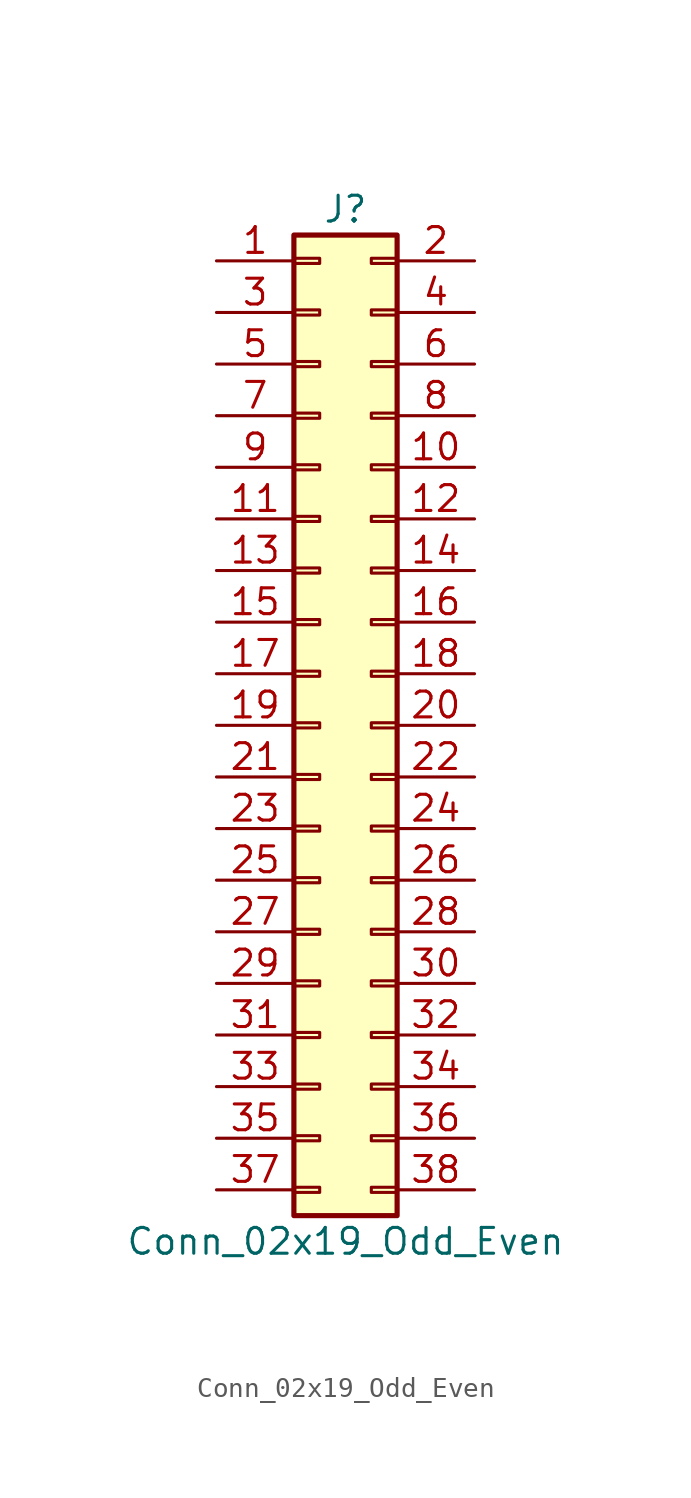
<source format=kicad_sym>
(kicad_symbol_lib
  (version 20211014)
  (generator kicad_symbol_editor)
  (symbol "Conn_02x19_Odd_Even"
    (pin_names
      (offset 1.016) hide)
    (property "Reference" "J"
      (at 1.27 25.4 0)
      (effects (font (size 1.27 1.27))))
    (property "Value" "Conn_02x19_Odd_Even"
      (at 1.27 -25.4 0)
      (effects (font (size 1.27 1.27))))
    (symbol "Conn_02x19_Odd_Even_1_1"
      (rectangle (start -1.27 -22.733) (end 0 -22.987) (stroke (width 0.152) (type default) (color 0 0 0 0)) (fill (type none)))
      (rectangle (start -1.27 -20.193) (end 0 -20.447) (stroke (width 0.152) (type default) (color 0 0 0 0)) (fill (type none)))
      (rectangle (start -1.27 -17.653) (end 0 -17.907) (stroke (width 0.152) (type default) (color 0 0 0 0)) (fill (type none)))
      (rectangle (start -1.27 -15.113) (end 0 -15.367) (stroke (width 0.152) (type default) (color 0 0 0 0)) (fill (type none)))
      (rectangle (start -1.27 -12.573) (end 0 -12.827) (stroke (width 0.152) (type default) (color 0 0 0 0)) (fill (type none)))
      (rectangle (start -1.27 -10.033) (end 0 -10.287) (stroke (width 0.152) (type default) (color 0 0 0 0)) (fill (type none)))
      (rectangle (start -1.27 -7.493) (end 0 -7.747) (stroke (width 0.152) (type default) (color 0 0 0 0)) (fill (type none)))
      (rectangle (start -1.27 -4.953) (end 0 -5.207) (stroke (width 0.152) (type default) (color 0 0 0 0)) (fill (type none)))
      (rectangle (start -1.27 -2.413) (end 0 -2.667) (stroke (width 0.152) (type default) (color 0 0 0 0)) (fill (type none)))
      (rectangle (start -1.27 0.127) (end 0 -0.127) (stroke (width 0.152) (type default) (color 0 0 0 0)) (fill (type none)))
      (rectangle (start -1.27 2.667) (end 0 2.413) (stroke (width 0.152) (type default) (color 0 0 0 0)) (fill (type none)))
      (rectangle (start -1.27 5.207) (end 0 4.953) (stroke (width 0.152) (type default) (color 0 0 0 0)) (fill (type none)))
      (rectangle (start -1.27 7.747) (end 0 7.493) (stroke (width 0.152) (type default) (color 0 0 0 0)) (fill (type none)))
      (rectangle (start -1.27 10.287) (end 0 10.033) (stroke (width 0.152) (type default) (color 0 0 0 0)) (fill (type none)))
      (rectangle (start -1.27 12.827) (end 0 12.573) (stroke (width 0.152) (type default) (color 0 0 0 0)) (fill (type none)))
      (rectangle (start -1.27 15.367) (end 0 15.113) (stroke (width 0.152) (type default) (color 0 0 0 0)) (fill (type none)))
      (rectangle (start -1.27 17.907) (end 0 17.653) (stroke (width 0.152) (type default) (color 0 0 0 0)) (fill (type none)))
      (rectangle (start -1.27 20.447) (end 0 20.193) (stroke (width 0.152) (type default) (color 0 0 0 0)) (fill (type none)))
      (rectangle (start -1.27 22.987) (end 0 22.733) (stroke (width 0.152) (type default) (color 0 0 0 0)) (fill (type none)))
      (rectangle (start -1.27 24.13) (end 3.81 -24.13) (stroke (width 0.254) (type default) (color 0 0 0 0)) (fill (type background)))
      (rectangle (start 3.81 -22.733) (end 2.54 -22.987) (stroke (width 0.152) (type default) (color 0 0 0 0)) (fill (type none)))
      (rectangle (start 3.81 -20.193) (end 2.54 -20.447) (stroke (width 0.152) (type default) (color 0 0 0 0)) (fill (type none)))
      (rectangle (start 3.81 -17.653) (end 2.54 -17.907) (stroke (width 0.152) (type default) (color 0 0 0 0)) (fill (type none)))
      (rectangle (start 3.81 -15.113) (end 2.54 -15.367) (stroke (width 0.152) (type default) (color 0 0 0 0)) (fill (type none)))
      (rectangle (start 3.81 -12.573) (end 2.54 -12.827) (stroke (width 0.152) (type default) (color 0 0 0 0)) (fill (type none)))
      (rectangle (start 3.81 -10.033) (end 2.54 -10.287) (stroke (width 0.152) (type default) (color 0 0 0 0)) (fill (type none)))
      (rectangle (start 3.81 -7.493) (end 2.54 -7.747) (stroke (width 0.152) (type default) (color 0 0 0 0)) (fill (type none)))
      (rectangle (start 3.81 -4.953) (end 2.54 -5.207) (stroke (width 0.152) (type default) (color 0 0 0 0)) (fill (type none)))
      (rectangle (start 3.81 -2.413) (end 2.54 -2.667) (stroke (width 0.152) (type default) (color 0 0 0 0)) (fill (type none)))
      (rectangle (start 3.81 0.127) (end 2.54 -0.127) (stroke (width 0.152) (type default) (color 0 0 0 0)) (fill (type none)))
      (rectangle (start 3.81 2.667) (end 2.54 2.413) (stroke (width 0.152) (type default) (color 0 0 0 0)) (fill (type none)))
      (rectangle (start 3.81 5.207) (end 2.54 4.953) (stroke (width 0.152) (type default) (color 0 0 0 0)) (fill (type none)))
      (rectangle (start 3.81 7.747) (end 2.54 7.493) (stroke (width 0.152) (type default) (color 0 0 0 0)) (fill (type none)))
      (rectangle (start 3.81 10.287) (end 2.54 10.033) (stroke (width 0.152) (type default) (color 0 0 0 0)) (fill (type none)))
      (rectangle (start 3.81 12.827) (end 2.54 12.573) (stroke (width 0.152) (type default) (color 0 0 0 0)) (fill (type none)))
      (rectangle (start 3.81 15.367) (end 2.54 15.113) (stroke (width 0.152) (type default) (color 0 0 0 0)) (fill (type none)))
      (rectangle (start 3.81 17.907) (end 2.54 17.653) (stroke (width 0.152) (type default) (color 0 0 0 0)) (fill (type none)))
      (rectangle (start 3.81 20.447) (end 2.54 20.193) (stroke (width 0.152) (type default) (color 0 0 0 0)) (fill (type none)))
      (rectangle (start 3.81 22.987) (end 2.54 22.733) (stroke (width 0.152) (type default) (color 0 0 0 0)) (fill (type none)))
      (pin passive line (at -5.08 22.86 0) (length 3.81) (name "Pin_1" (effects (font (size 1.27 1.27)))) (number "1" (effects (font (size 1.27 1.27)))))
      (pin passive line (at 7.62 12.7 180) (length 3.81) (name "Pin_10" (effects (font (size 1.27 1.27)))) (number "10" (effects (font (size 1.27 1.27)))))
      (pin passive line (at -5.08 10.16 0) (length 3.81) (name "Pin_11" (effects (font (size 1.27 1.27)))) (number "11" (effects (font (size 1.27 1.27)))))
      (pin passive line (at 7.62 10.16 180) (length 3.81) (name "Pin_12" (effects (font (size 1.27 1.27)))) (number "12" (effects (font (size 1.27 1.27)))))
      (pin passive line (at -5.08 7.62 0) (length 3.81) (name "Pin_13" (effects (font (size 1.27 1.27)))) (number "13" (effects (font (size 1.27 1.27)))))
      (pin passive line (at 7.62 7.62 180) (length 3.81) (name "Pin_14" (effects (font (size 1.27 1.27)))) (number "14" (effects (font (size 1.27 1.27)))))
      (pin passive line (at -5.08 5.08 0) (length 3.81) (name "Pin_15" (effects (font (size 1.27 1.27)))) (number "15" (effects (font (size 1.27 1.27)))))
      (pin passive line (at 7.62 5.08 180) (length 3.81) (name "Pin_16" (effects (font (size 1.27 1.27)))) (number "16" (effects (font (size 1.27 1.27)))))
      (pin passive line (at -5.08 2.54 0) (length 3.81) (name "Pin_17" (effects (font (size 1.27 1.27)))) (number "17" (effects (font (size 1.27 1.27)))))
      (pin passive line (at 7.62 2.54 180) (length 3.81) (name "Pin_18" (effects (font (size 1.27 1.27)))) (number "18" (effects (font (size 1.27 1.27)))))
      (pin passive line (at -5.08 0 0) (length 3.81) (name "Pin_19" (effects (font (size 1.27 1.27)))) (number "19" (effects (font (size 1.27 1.27)))))
      (pin passive line (at 7.62 22.86 180) (length 3.81) (name "Pin_2" (effects (font (size 1.27 1.27)))) (number "2" (effects (font (size 1.27 1.27)))))
      (pin passive line (at 7.62 0 180) (length 3.81) (name "Pin_20" (effects (font (size 1.27 1.27)))) (number "20" (effects (font (size 1.27 1.27)))))
      (pin passive line (at -5.08 -2.54 0) (length 3.81) (name "Pin_21" (effects (font (size 1.27 1.27)))) (number "21" (effects (font (size 1.27 1.27)))))
      (pin passive line (at 7.62 -2.54 180) (length 3.81) (name "Pin_22" (effects (font (size 1.27 1.27)))) (number "22" (effects (font (size 1.27 1.27)))))
      (pin passive line (at -5.08 -5.08 0) (length 3.81) (name "Pin_23" (effects (font (size 1.27 1.27)))) (number "23" (effects (font (size 1.27 1.27)))))
      (pin passive line (at 7.62 -5.08 180) (length 3.81) (name "Pin_24" (effects (font (size 1.27 1.27)))) (number "24" (effects (font (size 1.27 1.27)))))
      (pin passive line (at -5.08 -7.62 0) (length 3.81) (name "Pin_25" (effects (font (size 1.27 1.27)))) (number "25" (effects (font (size 1.27 1.27)))))
      (pin passive line (at 7.62 -7.62 180) (length 3.81) (name "Pin_26" (effects (font (size 1.27 1.27)))) (number "26" (effects (font (size 1.27 1.27)))))
      (pin passive line (at -5.08 -10.16 0) (length 3.81) (name "Pin_27" (effects (font (size 1.27 1.27)))) (number "27" (effects (font (size 1.27 1.27)))))
      (pin passive line (at 7.62 -10.16 180) (length 3.81) (name "Pin_28" (effects (font (size 1.27 1.27)))) (number "28" (effects (font (size 1.27 1.27)))))
      (pin passive line (at -5.08 -12.7 0) (length 3.81) (name "Pin_29" (effects (font (size 1.27 1.27)))) (number "29" (effects (font (size 1.27 1.27)))))
      (pin passive line (at -5.08 20.32 0) (length 3.81) (name "Pin_3" (effects (font (size 1.27 1.27)))) (number "3" (effects (font (size 1.27 1.27)))))
      (pin passive line (at 7.62 -12.7 180) (length 3.81) (name "Pin_30" (effects (font (size 1.27 1.27)))) (number "30" (effects (font (size 1.27 1.27)))))
      (pin passive line (at -5.08 -15.24 0) (length 3.81) (name "Pin_31" (effects (font (size 1.27 1.27)))) (number "31" (effects (font (size 1.27 1.27)))))
      (pin passive line (at 7.62 -15.24 180) (length 3.81) (name "Pin_32" (effects (font (size 1.27 1.27)))) (number "32" (effects (font (size 1.27 1.27)))))
      (pin passive line (at -5.08 -17.78 0) (length 3.81) (name "Pin_33" (effects (font (size 1.27 1.27)))) (number "33" (effects (font (size 1.27 1.27)))))
      (pin passive line (at 7.62 -17.78 180) (length 3.81) (name "Pin_34" (effects (font (size 1.27 1.27)))) (number "34" (effects (font (size 1.27 1.27)))))
      (pin passive line (at -5.08 -20.32 0) (length 3.81) (name "Pin_35" (effects (font (size 1.27 1.27)))) (number "35" (effects (font (size 1.27 1.27)))))
      (pin passive line (at 7.62 -20.32 180) (length 3.81) (name "Pin_36" (effects (font (size 1.27 1.27)))) (number "36" (effects (font (size 1.27 1.27)))))
      (pin passive line (at -5.08 -22.86 0) (length 3.81) (name "Pin_37" (effects (font (size 1.27 1.27)))) (number "37" (effects (font (size 1.27 1.27)))))
      (pin passive line (at 7.62 -22.86 180) (length 3.81) (name "Pin_38" (effects (font (size 1.27 1.27)))) (number "38" (effects (font (size 1.27 1.27)))))
      (pin passive line (at 7.62 20.32 180) (length 3.81) (name "Pin_4" (effects (font (size 1.27 1.27)))) (number "4" (effects (font (size 1.27 1.27)))))
      (pin passive line (at -5.08 17.78 0) (length 3.81) (name "Pin_5" (effects (font (size 1.27 1.27)))) (number "5" (effects (font (size 1.27 1.27)))))
      (pin passive line (at 7.62 17.78 180) (length 3.81) (name "Pin_6" (effects (font (size 1.27 1.27)))) (number "6" (effects (font (size 1.27 1.27)))))
      (pin passive line (at -5.08 15.24 0) (length 3.81) (name "Pin_7" (effects (font (size 1.27 1.27)))) (number "7" (effects (font (size 1.27 1.27)))))
      (pin passive line (at 7.62 15.24 180) (length 3.81) (name "Pin_8" (effects (font (size 1.27 1.27)))) (number "8" (effects (font (size 1.27 1.27)))))
      (pin passive line (at -5.08 12.7 0) (length 3.81) (name "Pin_9" (effects (font (size 1.27 1.27)))) (number "9" (effects (font (size 1.27 1.27))))))))
</source>
